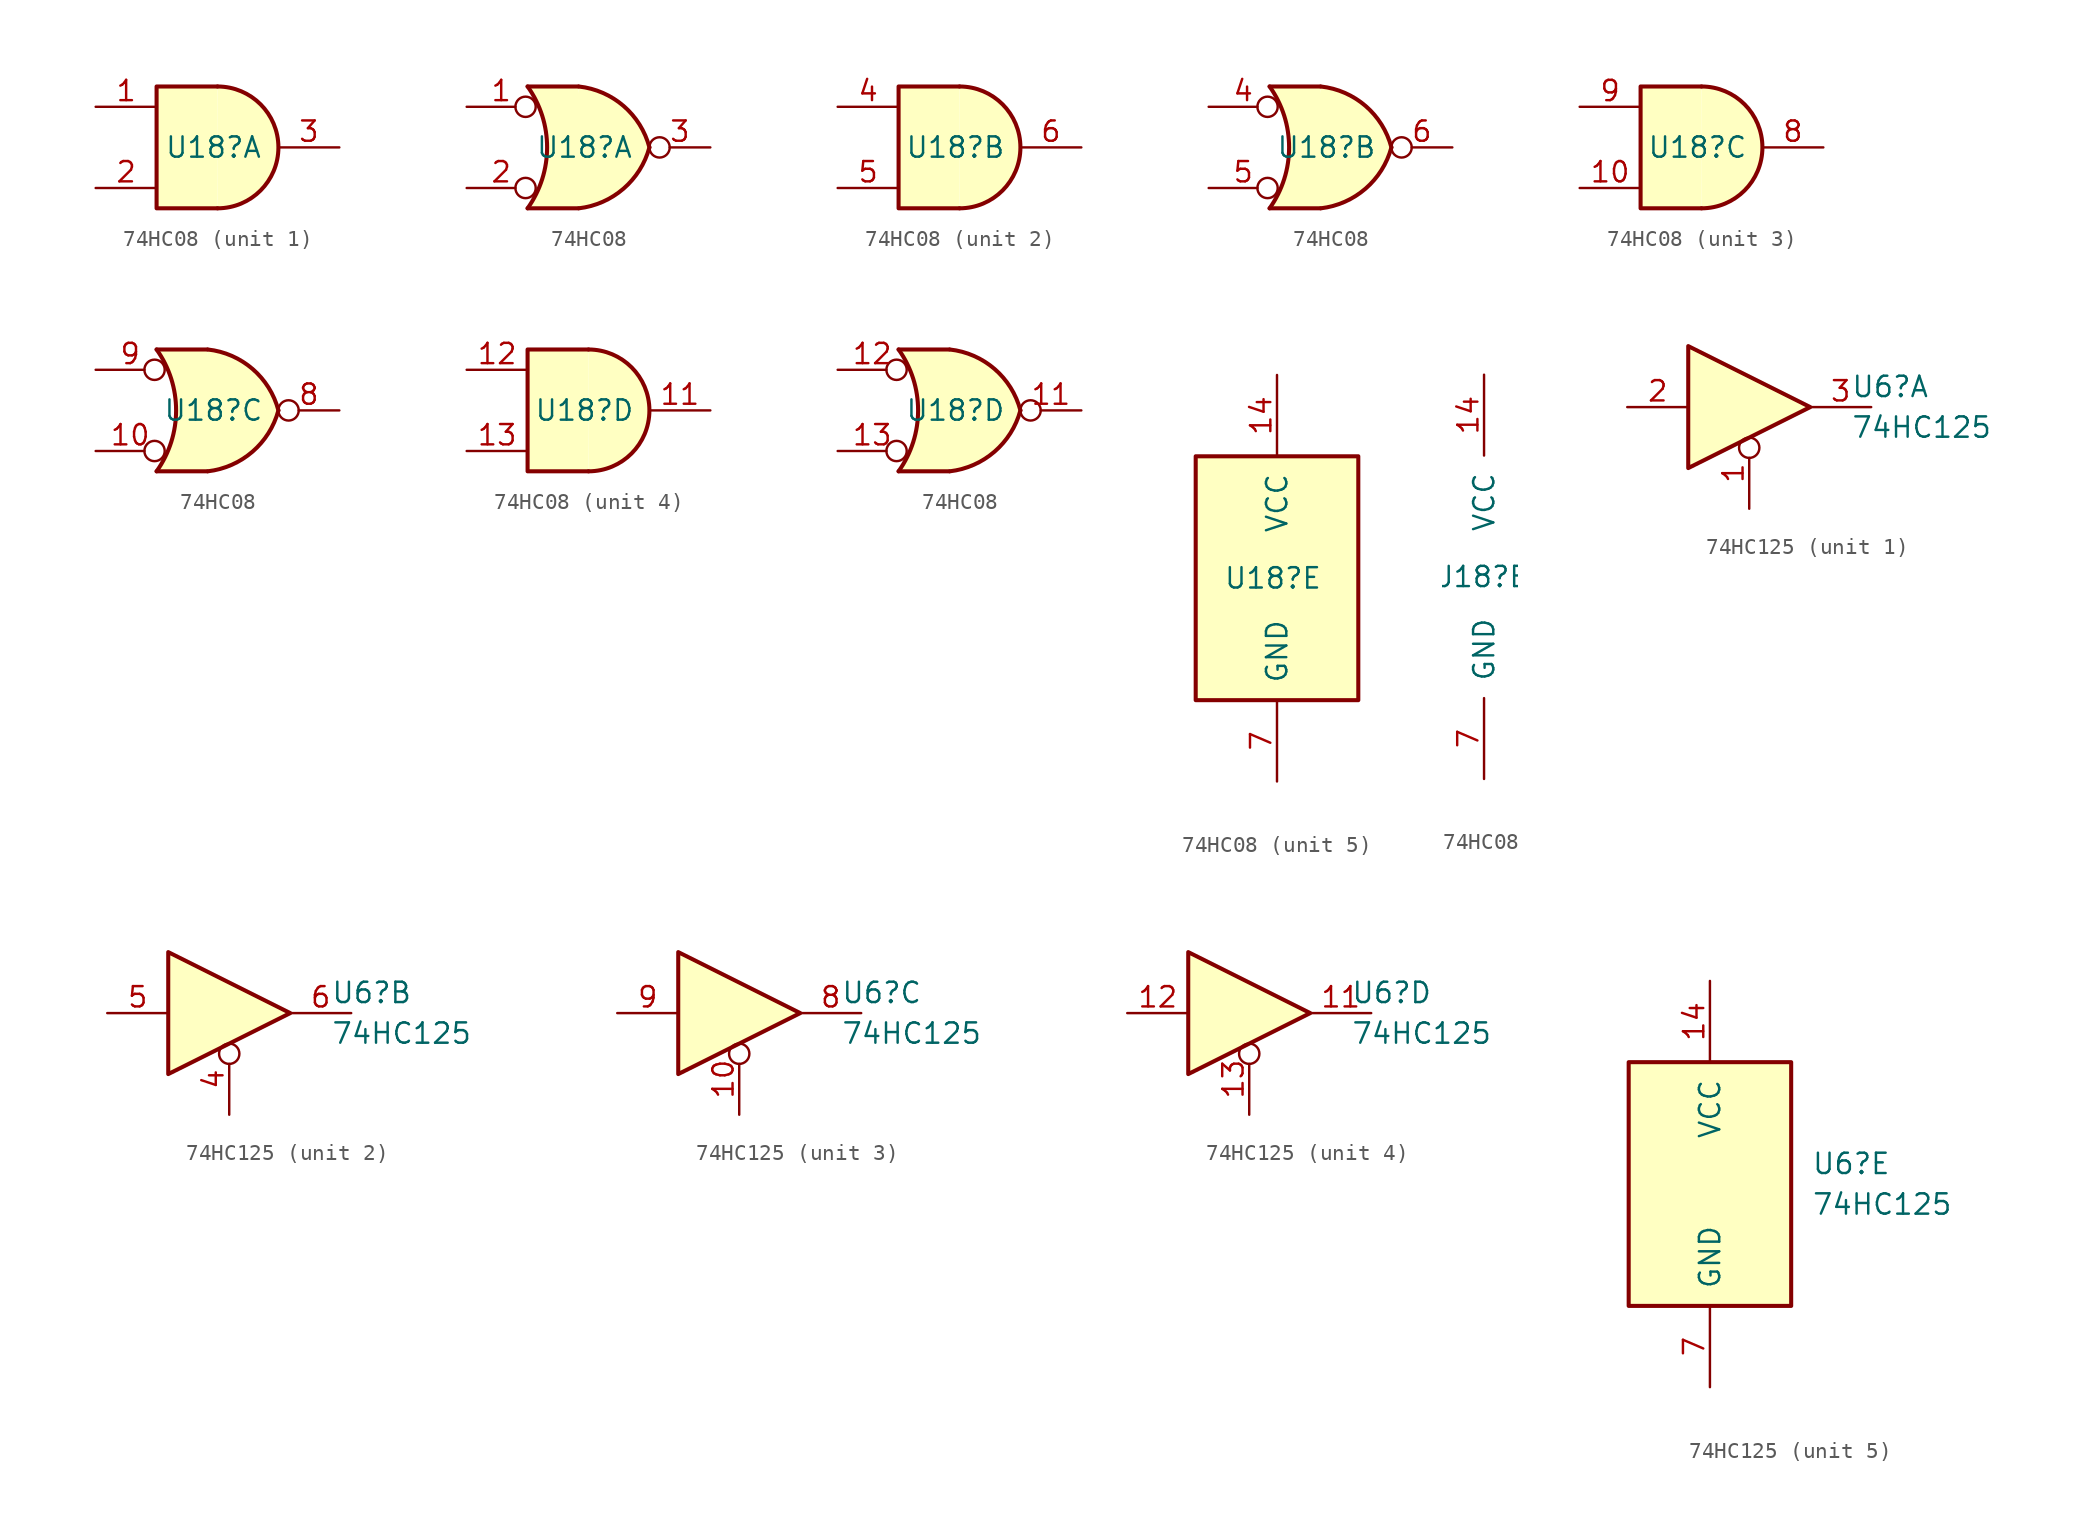
<source format=kicad_sym>
(kicad_symbol_lib
  (version 20231120)
  (generator "kicad_symbol_editor")
  (generator_version "8.0")
  (symbol "74HC08"
    (pin_names
      (offset 1.016))
    (property "Reference" "U18"
      (at -0.254 0 0)
      (effects (font (size 1.27 1.27))))
    (property "ki_locked" ""
      (at 0 0 0)
      (effects (font (size 1.27 1.27))))
    (symbol "74HC08_1_1"
      (arc (start 0 -3.81) (mid 3.7934 0) (end 0 3.81) (stroke (width 0.254) (type default)) (fill (type background)))
      (polyline (pts (xy 0 3.81) (xy -3.81 3.81) (xy -3.81 -3.81) (xy 0 -3.81)) (stroke (width 0.254) (type default)) (fill (type background)))
      (pin input line (at -7.62 2.54 0) (length 3.81) (name "~" (effects (font (size 1.27 1.27)))) (number "1" (effects (font (size 1.27 1.27)))))
      (pin input line (at -7.62 -2.54 0) (length 3.81) (name "~" (effects (font (size 1.27 1.27)))) (number "2" (effects (font (size 1.27 1.27)))))
      (pin output line (at 7.62 0 180) (length 3.81) (name "~" (effects (font (size 1.27 1.27)))) (number "3" (effects (font (size 1.27 1.27))))))
    (symbol "74HC08_1_2"
      (arc (start -3.81 -3.81) (mid -2.589 0) (end -3.81 3.81) (stroke (width 0.254) (type default)) (fill (type none)))
      (arc (start -0.6096 -3.81) (mid 2.1842 -2.5851) (end 3.81 0) (stroke (width 0.254) (type default)) (fill (type background)))
      (polyline (pts (xy -3.81 -3.81) (xy -0.635 -3.81)) (stroke (width 0.254) (type default)) (fill (type background)))
      (polyline (pts (xy -3.81 3.81) (xy -0.635 3.81)) (stroke (width 0.254) (type default)) (fill (type background)))
      (polyline (pts (xy -0.635 3.81) (xy -3.81 3.81) (xy -3.81 3.81) (xy -3.556 3.404) (xy -3.023 2.261) (xy -2.692 1.041) (xy -2.616 -0.254) (xy -2.769 -1.499) (xy -3.175 -2.718) (xy -3.81 -3.81) (xy -3.81 -3.81) (xy -0.635 -3.81)) (stroke (width -25.4) (type default)) (fill (type background)))
      (arc (start 3.81 0) (mid 2.1915 2.5936) (end -0.6096 3.81) (stroke (width 0.254) (type default)) (fill (type background)))
      (pin input inverted (at -7.62 2.54 0) (length 4.318) (name "~" (effects (font (size 1.27 1.27)))) (number "1" (effects (font (size 1.27 1.27)))))
      (pin input inverted (at -7.62 -2.54 0) (length 4.318) (name "~" (effects (font (size 1.27 1.27)))) (number "2" (effects (font (size 1.27 1.27)))))
      (pin output inverted (at 7.62 0 180) (length 3.81) (name "~" (effects (font (size 1.27 1.27)))) (number "3" (effects (font (size 1.27 1.27))))))
    (symbol "74HC08_2_1"
      (arc (start 0 -3.81) (mid 3.7934 0) (end 0 3.81) (stroke (width 0.254) (type default)) (fill (type background)))
      (polyline (pts (xy 0 3.81) (xy -3.81 3.81) (xy -3.81 -3.81) (xy 0 -3.81)) (stroke (width 0.254) (type default)) (fill (type background)))
      (pin input line (at -7.62 2.54 0) (length 3.81) (name "~" (effects (font (size 1.27 1.27)))) (number "4" (effects (font (size 1.27 1.27)))))
      (pin input line (at -7.62 -2.54 0) (length 3.81) (name "~" (effects (font (size 1.27 1.27)))) (number "5" (effects (font (size 1.27 1.27)))))
      (pin output line (at 7.62 0 180) (length 3.81) (name "~" (effects (font (size 1.27 1.27)))) (number "6" (effects (font (size 1.27 1.27))))))
    (symbol "74HC08_2_2"
      (arc (start -3.81 -3.81) (mid -2.589 0) (end -3.81 3.81) (stroke (width 0.254) (type default)) (fill (type none)))
      (arc (start -0.6096 -3.81) (mid 2.1842 -2.5851) (end 3.81 0) (stroke (width 0.254) (type default)) (fill (type background)))
      (polyline (pts (xy -3.81 -3.81) (xy -0.635 -3.81)) (stroke (width 0.254) (type default)) (fill (type background)))
      (polyline (pts (xy -3.81 3.81) (xy -0.635 3.81)) (stroke (width 0.254) (type default)) (fill (type background)))
      (polyline (pts (xy -0.635 3.81) (xy -3.81 3.81) (xy -3.81 3.81) (xy -3.556 3.404) (xy -3.023 2.261) (xy -2.692 1.041) (xy -2.616 -0.254) (xy -2.769 -1.499) (xy -3.175 -2.718) (xy -3.81 -3.81) (xy -3.81 -3.81) (xy -0.635 -3.81)) (stroke (width -25.4) (type default)) (fill (type background)))
      (arc (start 3.81 0) (mid 2.1915 2.5936) (end -0.6096 3.81) (stroke (width 0.254) (type default)) (fill (type background)))
      (pin input inverted (at -7.62 2.54 0) (length 4.318) (name "~" (effects (font (size 1.27 1.27)))) (number "4" (effects (font (size 1.27 1.27)))))
      (pin input inverted (at -7.62 -2.54 0) (length 4.318) (name "~" (effects (font (size 1.27 1.27)))) (number "5" (effects (font (size 1.27 1.27)))))
      (pin output inverted (at 7.62 0 180) (length 3.81) (name "~" (effects (font (size 1.27 1.27)))) (number "6" (effects (font (size 1.27 1.27))))))
    (symbol "74HC08_3_1"
      (arc (start 0 -3.81) (mid 3.7934 0) (end 0 3.81) (stroke (width 0.254) (type default)) (fill (type background)))
      (polyline (pts (xy 0 3.81) (xy -3.81 3.81) (xy -3.81 -3.81) (xy 0 -3.81)) (stroke (width 0.254) (type default)) (fill (type background)))
      (pin input line (at -7.62 -2.54 0) (length 3.81) (name "~" (effects (font (size 1.27 1.27)))) (number "10" (effects (font (size 1.27 1.27)))))
      (pin output line (at 7.62 0 180) (length 3.81) (name "~" (effects (font (size 1.27 1.27)))) (number "8" (effects (font (size 1.27 1.27)))))
      (pin input line (at -7.62 2.54 0) (length 3.81) (name "~" (effects (font (size 1.27 1.27)))) (number "9" (effects (font (size 1.27 1.27))))))
    (symbol "74HC08_3_2"
      (arc (start -3.81 -3.81) (mid -2.589 0) (end -3.81 3.81) (stroke (width 0.254) (type default)) (fill (type none)))
      (arc (start -0.6096 -3.81) (mid 2.1842 -2.5851) (end 3.81 0) (stroke (width 0.254) (type default)) (fill (type background)))
      (polyline (pts (xy -3.81 -3.81) (xy -0.635 -3.81)) (stroke (width 0.254) (type default)) (fill (type background)))
      (polyline (pts (xy -3.81 3.81) (xy -0.635 3.81)) (stroke (width 0.254) (type default)) (fill (type background)))
      (polyline (pts (xy -0.635 3.81) (xy -3.81 3.81) (xy -3.81 3.81) (xy -3.556 3.404) (xy -3.023 2.261) (xy -2.692 1.041) (xy -2.616 -0.254) (xy -2.769 -1.499) (xy -3.175 -2.718) (xy -3.81 -3.81) (xy -3.81 -3.81) (xy -0.635 -3.81)) (stroke (width -25.4) (type default)) (fill (type background)))
      (arc (start 3.81 0) (mid 2.1915 2.5936) (end -0.6096 3.81) (stroke (width 0.254) (type default)) (fill (type background)))
      (pin input inverted (at -7.62 -2.54 0) (length 4.318) (name "~" (effects (font (size 1.27 1.27)))) (number "10" (effects (font (size 1.27 1.27)))))
      (pin output inverted (at 7.62 0 180) (length 3.81) (name "~" (effects (font (size 1.27 1.27)))) (number "8" (effects (font (size 1.27 1.27)))))
      (pin input inverted (at -7.62 2.54 0) (length 4.318) (name "~" (effects (font (size 1.27 1.27)))) (number "9" (effects (font (size 1.27 1.27))))))
    (symbol "74HC08_4_1"
      (arc (start 0 -3.81) (mid 3.7934 0) (end 0 3.81) (stroke (width 0.254) (type default)) (fill (type background)))
      (polyline (pts (xy 0 3.81) (xy -3.81 3.81) (xy -3.81 -3.81) (xy 0 -3.81)) (stroke (width 0.254) (type default)) (fill (type background)))
      (pin output line (at 7.62 0 180) (length 3.81) (name "~" (effects (font (size 1.27 1.27)))) (number "11" (effects (font (size 1.27 1.27)))))
      (pin input line (at -7.62 2.54 0) (length 3.81) (name "~" (effects (font (size 1.27 1.27)))) (number "12" (effects (font (size 1.27 1.27)))))
      (pin input line (at -7.62 -2.54 0) (length 3.81) (name "~" (effects (font (size 1.27 1.27)))) (number "13" (effects (font (size 1.27 1.27))))))
    (symbol "74HC08_4_2"
      (arc (start -3.81 -3.81) (mid -2.589 0) (end -3.81 3.81) (stroke (width 0.254) (type default)) (fill (type none)))
      (arc (start -0.6096 -3.81) (mid 2.1842 -2.5851) (end 3.81 0) (stroke (width 0.254) (type default)) (fill (type background)))
      (polyline (pts (xy -3.81 -3.81) (xy -0.635 -3.81)) (stroke (width 0.254) (type default)) (fill (type background)))
      (polyline (pts (xy -3.81 3.81) (xy -0.635 3.81)) (stroke (width 0.254) (type default)) (fill (type background)))
      (polyline (pts (xy -0.635 3.81) (xy -3.81 3.81) (xy -3.81 3.81) (xy -3.556 3.404) (xy -3.023 2.261) (xy -2.692 1.041) (xy -2.616 -0.254) (xy -2.769 -1.499) (xy -3.175 -2.718) (xy -3.81 -3.81) (xy -3.81 -3.81) (xy -0.635 -3.81)) (stroke (width -25.4) (type default)) (fill (type background)))
      (arc (start 3.81 0) (mid 2.1915 2.5936) (end -0.6096 3.81) (stroke (width 0.254) (type default)) (fill (type background)))
      (pin output inverted (at 7.62 0 180) (length 3.81) (name "~" (effects (font (size 1.27 1.27)))) (number "11" (effects (font (size 1.27 1.27)))))
      (pin input inverted (at -7.62 2.54 0) (length 4.318) (name "~" (effects (font (size 1.27 1.27)))) (number "12" (effects (font (size 1.27 1.27)))))
      (pin input inverted (at -7.62 -2.54 0) (length 4.318) (name "~" (effects (font (size 1.27 1.27)))) (number "13" (effects (font (size 1.27 1.27))))))
    (symbol "74HC08_5_0"
      (pin power_in line (at 0 12.7 270) (length 5.08) (name "VCC" (effects (font (size 1.27 1.27)))) (number "14" (effects (font (size 1.27 1.27)))))
      (pin power_in line (at 0 -12.7 90) (length 5.08) (name "GND" (effects (font (size 1.27 1.27)))) (number "7" (effects (font (size 1.27 1.27))))))
    (symbol "74HC08_5_1"
      (rectangle (start -5.08 7.62) (end 5.08 -7.62) (stroke (width 0.254) (type default)) (fill (type background)))))
  (symbol "74HC125"
    (pin_names
      (offset 1.016))
    (property "Reference" "U6"
      (at 6.35 1.27 0)
      (effects (font (size 1.27 1.27)) (justify left)))
    (property "Value" "74HC125"
      (at 6.35 -1.27 0)
      (effects (font (size 1.27 1.27)) (justify left)))
    (property "ki_locked" ""
      (at 0 0 0)
      (effects (font (size 1.27 1.27))))
    (symbol "74HC125_1_0"
      (polyline (pts (xy -3.81 3.81) (xy -3.81 -3.81) (xy 3.81 0) (xy -3.81 3.81)) (stroke (width 0.254) (type default)) (fill (type background)))
      (pin input inverted (at 0 -6.35 90) (length 4.445) (name "~" (effects (font (size 1.27 1.27)))) (number "1" (effects (font (size 1.27 1.27)))))
      (pin input line (at -7.62 0 0) (length 3.81) (name "~" (effects (font (size 1.27 1.27)))) (number "2" (effects (font (size 1.27 1.27)))))
      (pin tri_state line (at 7.62 0 180) (length 3.81) (name "~" (effects (font (size 1.27 1.27)))) (number "3" (effects (font (size 1.27 1.27))))))
    (symbol "74HC125_2_0"
      (polyline (pts (xy -3.81 3.81) (xy -3.81 -3.81) (xy 3.81 0) (xy -3.81 3.81)) (stroke (width 0.254) (type default)) (fill (type background)))
      (pin input inverted (at 0 -6.35 90) (length 4.445) (name "~" (effects (font (size 1.27 1.27)))) (number "4" (effects (font (size 1.27 1.27)))))
      (pin input line (at -7.62 0 0) (length 3.81) (name "~" (effects (font (size 1.27 1.27)))) (number "5" (effects (font (size 1.27 1.27)))))
      (pin tri_state line (at 7.62 0 180) (length 3.81) (name "~" (effects (font (size 1.27 1.27)))) (number "6" (effects (font (size 1.27 1.27))))))
    (symbol "74HC125_3_0"
      (polyline (pts (xy -3.81 3.81) (xy -3.81 -3.81) (xy 3.81 0) (xy -3.81 3.81)) (stroke (width 0.254) (type default)) (fill (type background)))
      (pin input inverted (at 0 -6.35 90) (length 4.445) (name "~" (effects (font (size 1.27 1.27)))) (number "10" (effects (font (size 1.27 1.27)))))
      (pin tri_state line (at 7.62 0 180) (length 3.81) (name "~" (effects (font (size 1.27 1.27)))) (number "8" (effects (font (size 1.27 1.27)))))
      (pin input line (at -7.62 0 0) (length 3.81) (name "~" (effects (font (size 1.27 1.27)))) (number "9" (effects (font (size 1.27 1.27))))))
    (symbol "74HC125_4_0"
      (polyline (pts (xy -3.81 3.81) (xy -3.81 -3.81) (xy 3.81 0) (xy -3.81 3.81)) (stroke (width 0.254) (type default)) (fill (type background)))
      (pin tri_state line (at 7.62 0 180) (length 3.81) (name "~" (effects (font (size 1.27 1.27)))) (number "11" (effects (font (size 1.27 1.27)))))
      (pin input line (at -7.62 0 0) (length 3.81) (name "~" (effects (font (size 1.27 1.27)))) (number "12" (effects (font (size 1.27 1.27)))))
      (pin input inverted (at 0 -6.35 90) (length 4.445) (name "~" (effects (font (size 1.27 1.27)))) (number "13" (effects (font (size 1.27 1.27))))))
    (symbol "74HC125_5_0"
      (pin power_in line (at 0 12.7 270) (length 5.08) (name "VCC" (effects (font (size 1.27 1.27)))) (number "14" (effects (font (size 1.27 1.27)))))
      (pin power_in line (at 0 -12.7 90) (length 5.08) (name "GND" (effects (font (size 1.27 1.27)))) (number "7" (effects (font (size 1.27 1.27))))))
    (symbol "74HC125_5_1"
      (rectangle (start -5.08 7.62) (end 5.08 -7.62) (stroke (width 0.254) (type default)) (fill (type background))))))
</source>
